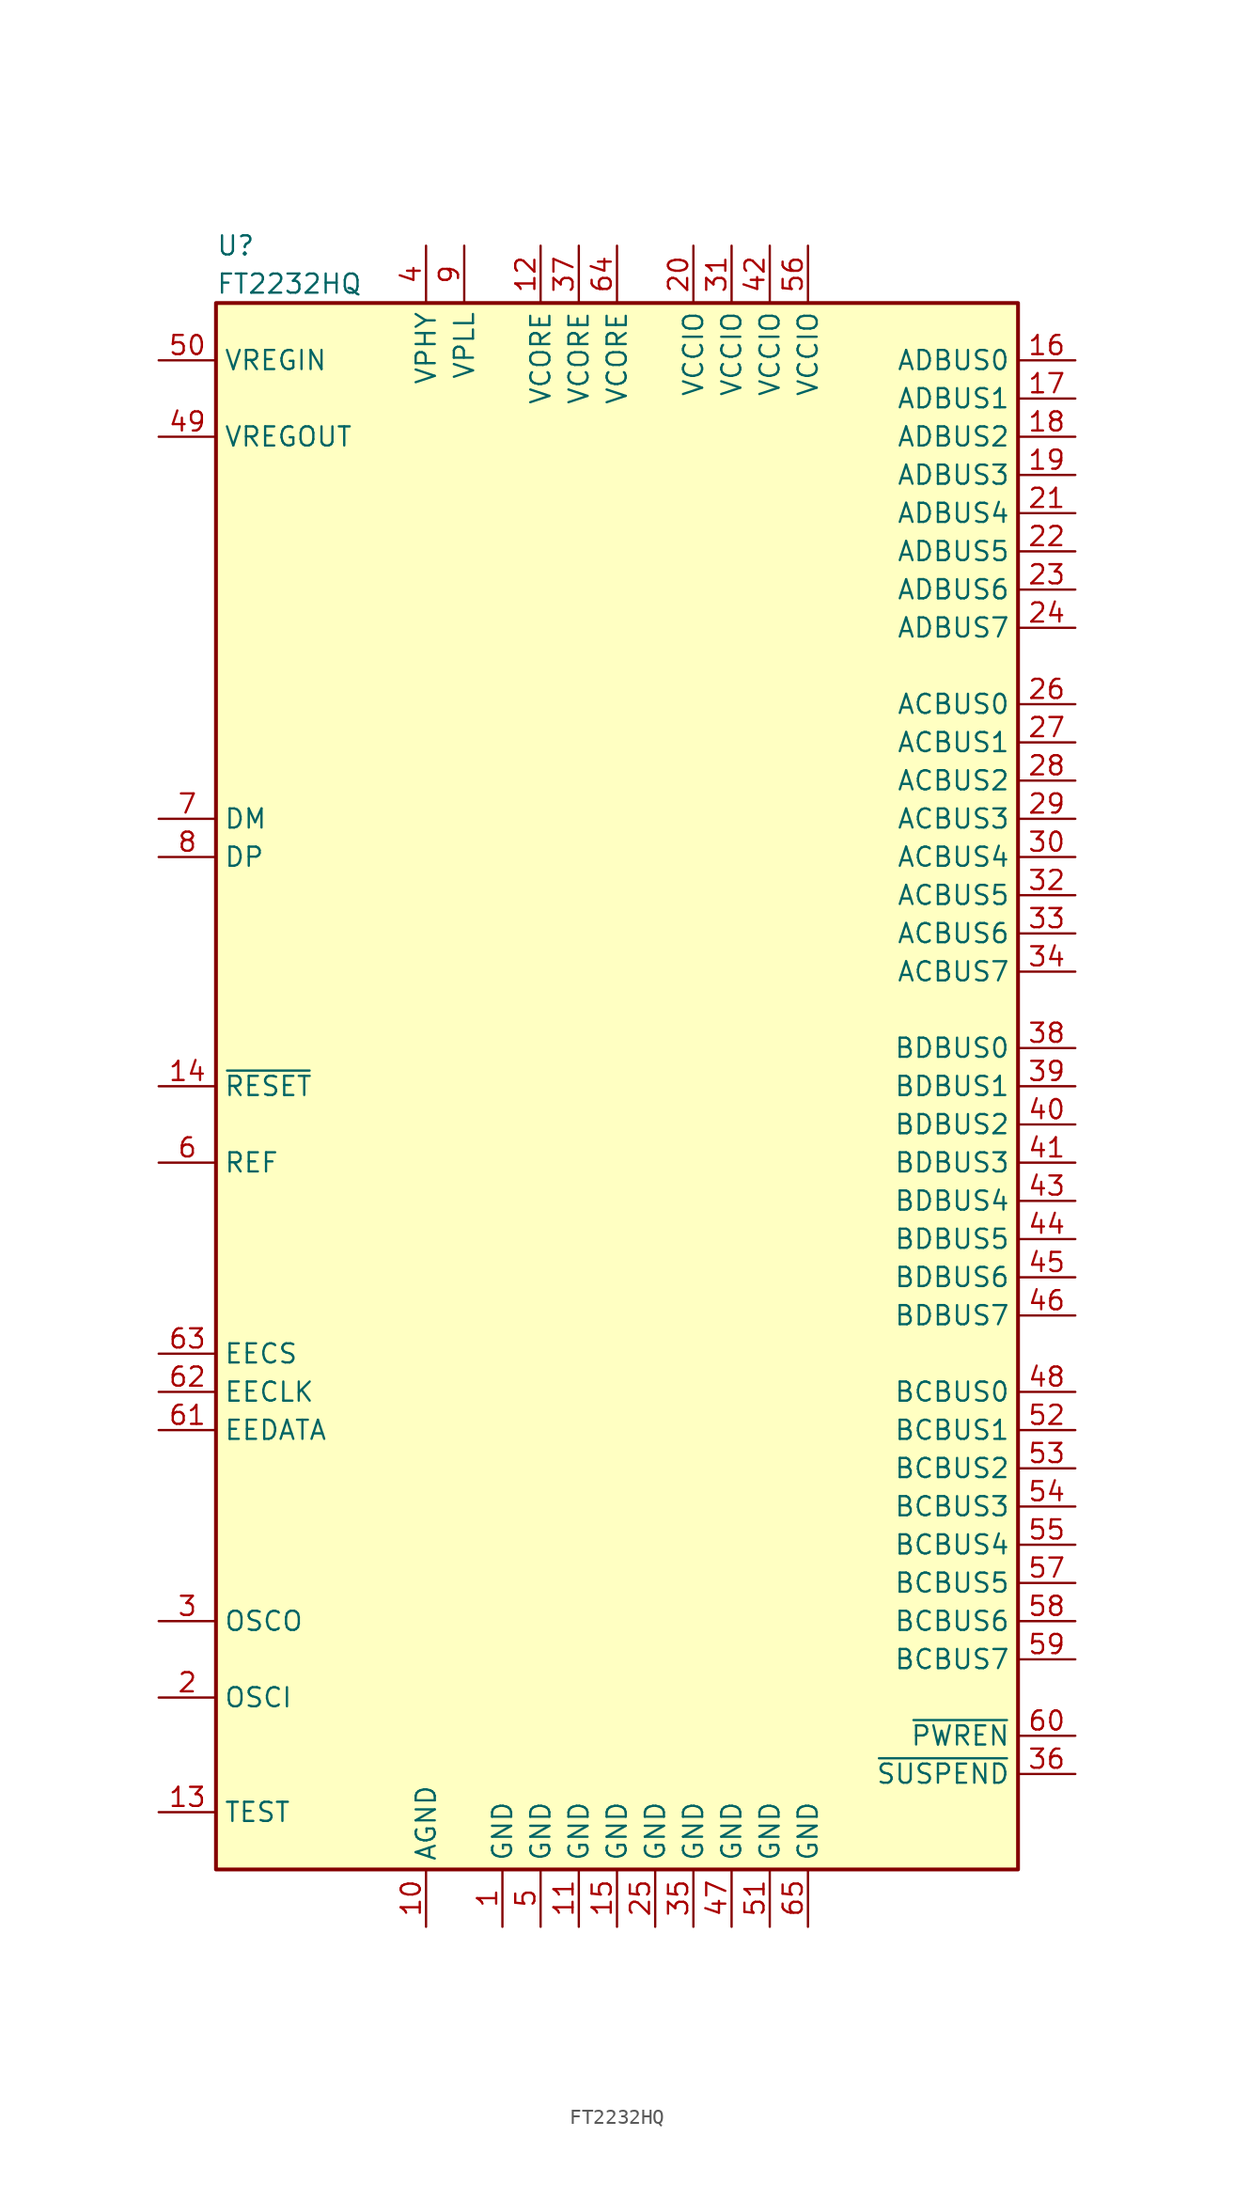
<source format=kicad_sym>
(kicad_symbol_lib
  (version 20231120)
  (generator "kicad_symbol_editor")
  (generator_version "8.0")
  (symbol "FT2232HQ"
    (property "Reference" "U"
      (at -26.67 55.88 0)
      (effects (font (size 1.27 1.27)) (justify left)))
    (property "Value" "FT2232HQ"
      (at -26.67 53.34 0)
      (effects (font (size 1.27 1.27)) (justify left)))
    (symbol "FT2232HQ_0_1"
      (rectangle (start -26.67 -52.07) (end 26.67 52.07) (stroke (width 0.254) (type solid)) (fill (type background))))
    (symbol "FT2232HQ_1_1"
      (pin power_in line (at -7.62 -55.88 90) (length 3.81) (name "GND" (effects (font (size 1.27 1.27)))) (number "1" (effects (font (size 1.27 1.27)))))
      (pin power_in line (at -12.7 -55.88 90) (length 3.81) (name "AGND" (effects (font (size 1.27 1.27)))) (number "10" (effects (font (size 1.27 1.27)))))
      (pin power_in line (at -2.54 -55.88 90) (length 3.81) (name "GND" (effects (font (size 1.27 1.27)))) (number "11" (effects (font (size 1.27 1.27)))))
      (pin power_in line (at -5.08 55.88 270) (length 3.81) (name "VCORE" (effects (font (size 1.27 1.27)))) (number "12" (effects (font (size 1.27 1.27)))))
      (pin input line (at -30.48 -48.26 0) (length 3.81) (name "TEST" (effects (font (size 1.27 1.27)))) (number "13" (effects (font (size 1.27 1.27)))))
      (pin input line (at -30.48 0 0) (length 3.81) (name "~{RESET}" (effects (font (size 1.27 1.27)))) (number "14" (effects (font (size 1.27 1.27)))))
      (pin power_in line (at 0 -55.88 90) (length 3.81) (name "GND" (effects (font (size 1.27 1.27)))) (number "15" (effects (font (size 1.27 1.27)))))
      (pin bidirectional line (at 30.48 48.26 180) (length 3.81) (name "ADBUS0" (effects (font (size 1.27 1.27)))) (number "16" (effects (font (size 1.27 1.27)))))
      (pin bidirectional line (at 30.48 45.72 180) (length 3.81) (name "ADBUS1" (effects (font (size 1.27 1.27)))) (number "17" (effects (font (size 1.27 1.27)))))
      (pin bidirectional line (at 30.48 43.18 180) (length 3.81) (name "ADBUS2" (effects (font (size 1.27 1.27)))) (number "18" (effects (font (size 1.27 1.27)))))
      (pin bidirectional line (at 30.48 40.64 180) (length 3.81) (name "ADBUS3" (effects (font (size 1.27 1.27)))) (number "19" (effects (font (size 1.27 1.27)))))
      (pin input line (at -30.48 -40.64 0) (length 3.81) (name "OSCI" (effects (font (size 1.27 1.27)))) (number "2" (effects (font (size 1.27 1.27)))))
      (pin power_in line (at 5.08 55.88 270) (length 3.81) (name "VCCIO" (effects (font (size 1.27 1.27)))) (number "20" (effects (font (size 1.27 1.27)))))
      (pin bidirectional line (at 30.48 38.1 180) (length 3.81) (name "ADBUS4" (effects (font (size 1.27 1.27)))) (number "21" (effects (font (size 1.27 1.27)))))
      (pin bidirectional line (at 30.48 35.56 180) (length 3.81) (name "ADBUS5" (effects (font (size 1.27 1.27)))) (number "22" (effects (font (size 1.27 1.27)))))
      (pin bidirectional line (at 30.48 33.02 180) (length 3.81) (name "ADBUS6" (effects (font (size 1.27 1.27)))) (number "23" (effects (font (size 1.27 1.27)))))
      (pin bidirectional line (at 30.48 30.48 180) (length 3.81) (name "ADBUS7" (effects (font (size 1.27 1.27)))) (number "24" (effects (font (size 1.27 1.27)))))
      (pin power_in line (at 2.54 -55.88 90) (length 3.81) (name "GND" (effects (font (size 1.27 1.27)))) (number "25" (effects (font (size 1.27 1.27)))))
      (pin bidirectional line (at 30.48 25.4 180) (length 3.81) (name "ACBUS0" (effects (font (size 1.27 1.27)))) (number "26" (effects (font (size 1.27 1.27)))))
      (pin bidirectional line (at 30.48 22.86 180) (length 3.81) (name "ACBUS1" (effects (font (size 1.27 1.27)))) (number "27" (effects (font (size 1.27 1.27)))))
      (pin bidirectional line (at 30.48 20.32 180) (length 3.81) (name "ACBUS2" (effects (font (size 1.27 1.27)))) (number "28" (effects (font (size 1.27 1.27)))))
      (pin bidirectional line (at 30.48 17.78 180) (length 3.81) (name "ACBUS3" (effects (font (size 1.27 1.27)))) (number "29" (effects (font (size 1.27 1.27)))))
      (pin output line (at -30.48 -35.56 0) (length 3.81) (name "OSCO" (effects (font (size 1.27 1.27)))) (number "3" (effects (font (size 1.27 1.27)))))
      (pin bidirectional line (at 30.48 15.24 180) (length 3.81) (name "ACBUS4" (effects (font (size 1.27 1.27)))) (number "30" (effects (font (size 1.27 1.27)))))
      (pin power_in line (at 7.62 55.88 270) (length 3.81) (name "VCCIO" (effects (font (size 1.27 1.27)))) (number "31" (effects (font (size 1.27 1.27)))))
      (pin bidirectional line (at 30.48 12.7 180) (length 3.81) (name "ACBUS5" (effects (font (size 1.27 1.27)))) (number "32" (effects (font (size 1.27 1.27)))))
      (pin bidirectional line (at 30.48 10.16 180) (length 3.81) (name "ACBUS6" (effects (font (size 1.27 1.27)))) (number "33" (effects (font (size 1.27 1.27)))))
      (pin bidirectional line (at 30.48 7.62 180) (length 3.81) (name "ACBUS7" (effects (font (size 1.27 1.27)))) (number "34" (effects (font (size 1.27 1.27)))))
      (pin power_in line (at 5.08 -55.88 90) (length 3.81) (name "GND" (effects (font (size 1.27 1.27)))) (number "35" (effects (font (size 1.27 1.27)))))
      (pin output line (at 30.48 -45.72 180) (length 3.81) (name "~{SUSPEND}" (effects (font (size 1.27 1.27)))) (number "36" (effects (font (size 1.27 1.27)))))
      (pin power_in line (at -2.54 55.88 270) (length 3.81) (name "VCORE" (effects (font (size 1.27 1.27)))) (number "37" (effects (font (size 1.27 1.27)))))
      (pin bidirectional line (at 30.48 2.54 180) (length 3.81) (name "BDBUS0" (effects (font (size 1.27 1.27)))) (number "38" (effects (font (size 1.27 1.27)))))
      (pin bidirectional line (at 30.48 0 180) (length 3.81) (name "BDBUS1" (effects (font (size 1.27 1.27)))) (number "39" (effects (font (size 1.27 1.27)))))
      (pin power_in line (at -12.7 55.88 270) (length 3.81) (name "VPHY" (effects (font (size 1.27 1.27)))) (number "4" (effects (font (size 1.27 1.27)))))
      (pin bidirectional line (at 30.48 -2.54 180) (length 3.81) (name "BDBUS2" (effects (font (size 1.27 1.27)))) (number "40" (effects (font (size 1.27 1.27)))))
      (pin bidirectional line (at 30.48 -5.08 180) (length 3.81) (name "BDBUS3" (effects (font (size 1.27 1.27)))) (number "41" (effects (font (size 1.27 1.27)))))
      (pin power_in line (at 10.16 55.88 270) (length 3.81) (name "VCCIO" (effects (font (size 1.27 1.27)))) (number "42" (effects (font (size 1.27 1.27)))))
      (pin bidirectional line (at 30.48 -7.62 180) (length 3.81) (name "BDBUS4" (effects (font (size 1.27 1.27)))) (number "43" (effects (font (size 1.27 1.27)))))
      (pin bidirectional line (at 30.48 -10.16 180) (length 3.81) (name "BDBUS5" (effects (font (size 1.27 1.27)))) (number "44" (effects (font (size 1.27 1.27)))))
      (pin bidirectional line (at 30.48 -12.7 180) (length 3.81) (name "BDBUS6" (effects (font (size 1.27 1.27)))) (number "45" (effects (font (size 1.27 1.27)))))
      (pin bidirectional line (at 30.48 -15.24 180) (length 3.81) (name "BDBUS7" (effects (font (size 1.27 1.27)))) (number "46" (effects (font (size 1.27 1.27)))))
      (pin power_in line (at 7.62 -55.88 90) (length 3.81) (name "GND" (effects (font (size 1.27 1.27)))) (number "47" (effects (font (size 1.27 1.27)))))
      (pin bidirectional line (at 30.48 -20.32 180) (length 3.81) (name "BCBUS0" (effects (font (size 1.27 1.27)))) (number "48" (effects (font (size 1.27 1.27)))))
      (pin power_out line (at -30.48 43.18 0) (length 3.81) (name "VREGOUT" (effects (font (size 1.27 1.27)))) (number "49" (effects (font (size 1.27 1.27)))))
      (pin power_in line (at -5.08 -55.88 90) (length 3.81) (name "GND" (effects (font (size 1.27 1.27)))) (number "5" (effects (font (size 1.27 1.27)))))
      (pin power_in line (at -30.48 48.26 0) (length 3.81) (name "VREGIN" (effects (font (size 1.27 1.27)))) (number "50" (effects (font (size 1.27 1.27)))))
      (pin power_in line (at 10.16 -55.88 90) (length 3.81) (name "GND" (effects (font (size 1.27 1.27)))) (number "51" (effects (font (size 1.27 1.27)))))
      (pin bidirectional line (at 30.48 -22.86 180) (length 3.81) (name "BCBUS1" (effects (font (size 1.27 1.27)))) (number "52" (effects (font (size 1.27 1.27)))))
      (pin bidirectional line (at 30.48 -25.4 180) (length 3.81) (name "BCBUS2" (effects (font (size 1.27 1.27)))) (number "53" (effects (font (size 1.27 1.27)))))
      (pin bidirectional line (at 30.48 -27.94 180) (length 3.81) (name "BCBUS3" (effects (font (size 1.27 1.27)))) (number "54" (effects (font (size 1.27 1.27)))))
      (pin bidirectional line (at 30.48 -30.48 180) (length 3.81) (name "BCBUS4" (effects (font (size 1.27 1.27)))) (number "55" (effects (font (size 1.27 1.27)))))
      (pin power_in line (at 12.7 55.88 270) (length 3.81) (name "VCCIO" (effects (font (size 1.27 1.27)))) (number "56" (effects (font (size 1.27 1.27)))))
      (pin bidirectional line (at 30.48 -33.02 180) (length 3.81) (name "BCBUS5" (effects (font (size 1.27 1.27)))) (number "57" (effects (font (size 1.27 1.27)))))
      (pin bidirectional line (at 30.48 -35.56 180) (length 3.81) (name "BCBUS6" (effects (font (size 1.27 1.27)))) (number "58" (effects (font (size 1.27 1.27)))))
      (pin bidirectional line (at 30.48 -38.1 180) (length 3.81) (name "BCBUS7" (effects (font (size 1.27 1.27)))) (number "59" (effects (font (size 1.27 1.27)))))
      (pin output line (at -30.48 -5.08 0) (length 3.81) (name "REF" (effects (font (size 1.27 1.27)))) (number "6" (effects (font (size 1.27 1.27)))))
      (pin output line (at 30.48 -43.18 180) (length 3.81) (name "~{PWREN}" (effects (font (size 1.27 1.27)))) (number "60" (effects (font (size 1.27 1.27)))))
      (pin bidirectional line (at -30.48 -22.86 0) (length 3.81) (name "EEDATA" (effects (font (size 1.27 1.27)))) (number "61" (effects (font (size 1.27 1.27)))))
      (pin output line (at -30.48 -20.32 0) (length 3.81) (name "EECLK" (effects (font (size 1.27 1.27)))) (number "62" (effects (font (size 1.27 1.27)))))
      (pin output line (at -30.48 -17.78 0) (length 3.81) (name "EECS" (effects (font (size 1.27 1.27)))) (number "63" (effects (font (size 1.27 1.27)))))
      (pin power_in line (at 0 55.88 270) (length 3.81) (name "VCORE" (effects (font (size 1.27 1.27)))) (number "64" (effects (font (size 1.27 1.27)))))
      (pin power_in line (at 12.7 -55.88 90) (length 3.81) (name "GND" (effects (font (size 1.27 1.27)))) (number "65" (effects (font (size 1.27 1.27)))))
      (pin bidirectional line (at -30.48 17.78 0) (length 3.81) (name "DM" (effects (font (size 1.27 1.27)))) (number "7" (effects (font (size 1.27 1.27)))))
      (pin bidirectional line (at -30.48 15.24 0) (length 3.81) (name "DP" (effects (font (size 1.27 1.27)))) (number "8" (effects (font (size 1.27 1.27)))))
      (pin power_in line (at -10.16 55.88 270) (length 3.81) (name "VPLL" (effects (font (size 1.27 1.27)))) (number "9" (effects (font (size 1.27 1.27))))))))
</source>
